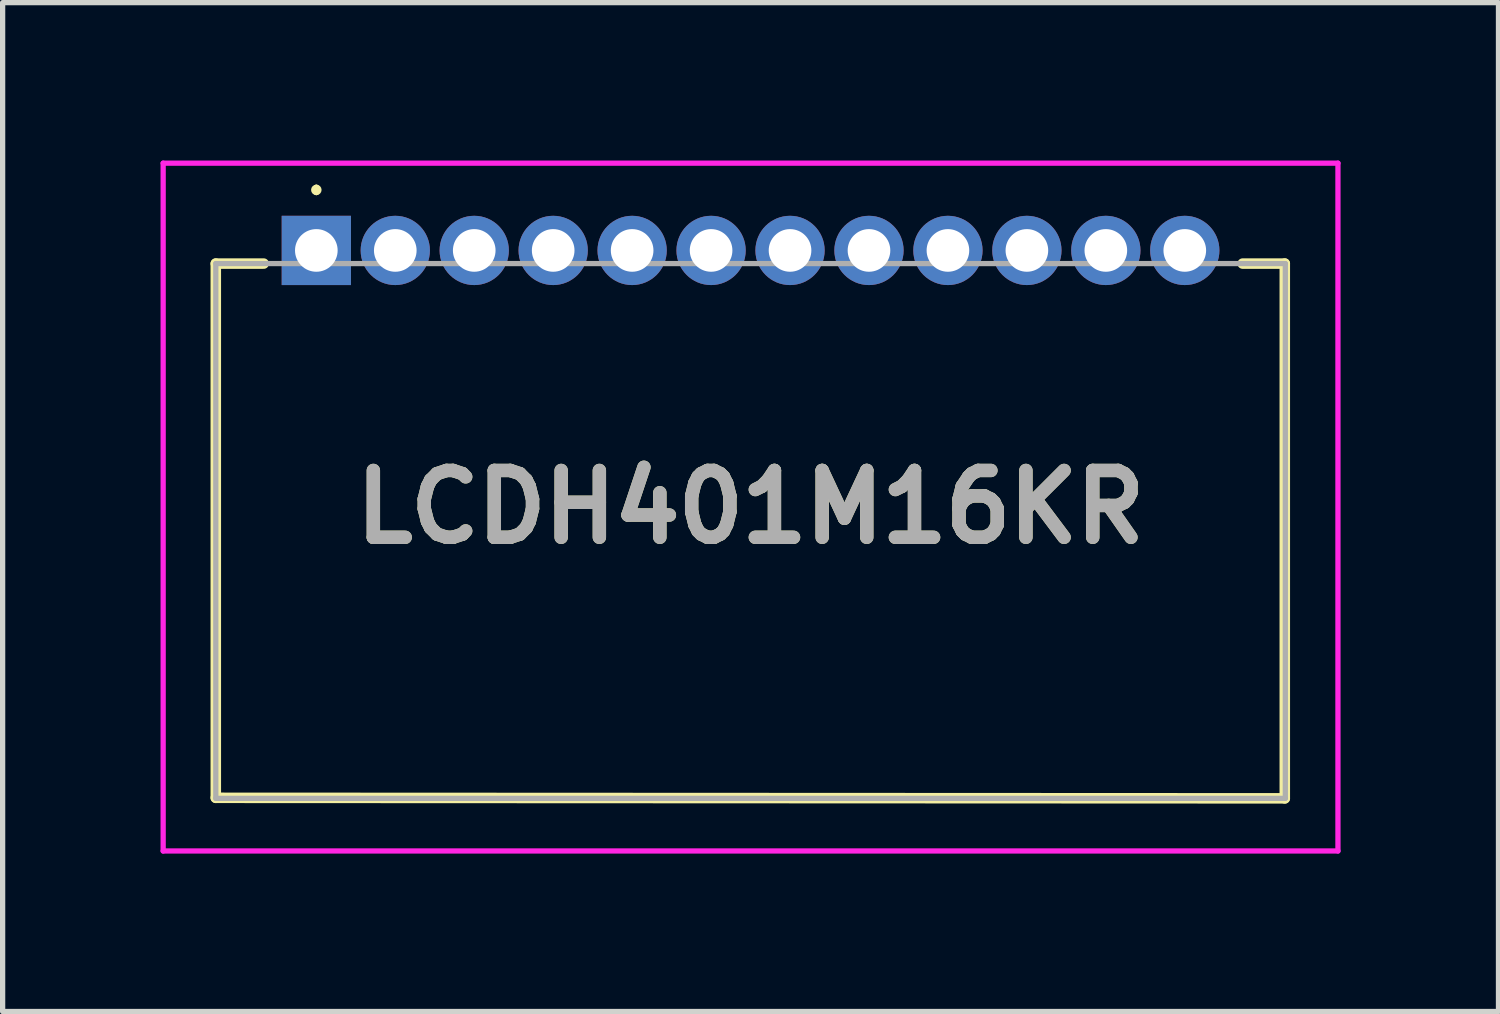
<source format=kicad_pcb>
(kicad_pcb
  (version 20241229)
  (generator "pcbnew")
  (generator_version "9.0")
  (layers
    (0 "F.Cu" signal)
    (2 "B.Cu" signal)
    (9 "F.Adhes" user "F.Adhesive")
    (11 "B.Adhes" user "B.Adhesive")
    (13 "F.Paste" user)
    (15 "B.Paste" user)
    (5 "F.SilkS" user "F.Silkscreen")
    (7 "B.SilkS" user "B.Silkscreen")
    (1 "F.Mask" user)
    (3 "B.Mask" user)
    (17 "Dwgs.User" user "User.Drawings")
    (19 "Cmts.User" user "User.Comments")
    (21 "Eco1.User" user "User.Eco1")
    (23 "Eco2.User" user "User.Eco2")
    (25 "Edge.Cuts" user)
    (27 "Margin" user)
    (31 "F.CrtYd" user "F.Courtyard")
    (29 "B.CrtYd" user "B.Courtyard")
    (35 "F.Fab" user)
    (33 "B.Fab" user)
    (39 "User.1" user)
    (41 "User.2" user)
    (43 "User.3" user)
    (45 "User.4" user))
  (footprint "LCDH401M16KR"
    (layer "F.Cu")
    (at 2.96 1.708)
    (property "Reference" "LCDH401M16KR" (at 8.25 4.876 0) (layer "F.SilkS") (effects (font (size 1.27 1.27) (thickness 0.254))))
    (attr through_hole)
    (fp_line (start -1.91 0.25) (end -1.91 10.4) (stroke (width 0.2) (type solid)) (layer "F.SilkS"))
    (fp_line (start -1.91 10.4) (end 18.4 10.41) (stroke (width 0.2) (type solid)) (layer "F.SilkS"))
    (fp_line (start -1 0.25) (end -1.91 0.25) (stroke (width 0.2) (type solid)) (layer "F.SilkS"))
    (fp_line (start 0 -1.2) (end 0 -1.2) (stroke (width 0.1) (type solid)) (layer "F.SilkS"))
    (fp_line (start 0 -1.1) (end 0 -1.1) (stroke (width 0.1) (type solid)) (layer "F.SilkS"))
    (fp_line (start 18.4 0.25) (end 17.6 0.25) (stroke (width 0.2) (type solid)) (layer "F.SilkS"))
    (fp_line (start 18.4 10.41) (end 18.4 0.25) (stroke (width 0.2) (type solid)) (layer "F.SilkS"))
    (fp_arc (start 0 -1.2) (mid 0.05 -1.15) (end 0 -1.1) (stroke (width 0.1) (type solid)) (layer "F.SilkS"))
    (fp_arc (start 0 -1.1) (mid -0.05 -1.15) (end 0 -1.2) (stroke (width 0.1) (type solid)) (layer "F.SilkS"))
    (fp_line (start -2.91 -1.658) (end 19.41 -1.658) (stroke (width 0.1) (type solid)) (layer "F.CrtYd"))
    (fp_line (start -2.91 11.41) (end -2.91 -1.658) (stroke (width 0.1) (type solid)) (layer "F.CrtYd"))
    (fp_line (start 19.41 -1.658) (end 19.41 11.41) (stroke (width 0.1) (type solid)) (layer "F.CrtYd"))
    (fp_line (start 19.41 11.41) (end -2.91 11.41) (stroke (width 0.1) (type solid)) (layer "F.CrtYd"))
    (fp_line (start -1.91 0.25) (end -1.91 10.41) (stroke (width 0.1) (type solid)) (layer "F.Fab"))
    (fp_line (start -1.91 10.41) (end 18.41 10.41) (stroke (width 0.1) (type solid)) (layer "F.Fab"))
    (fp_line (start 18.41 0.25) (end -1.91 0.25) (stroke (width 0.1) (type solid)) (layer "F.Fab"))
    (fp_line (start 18.41 10.41) (end 18.41 0.25) (stroke (width 0.1) (type solid)) (layer "F.Fab"))
    (fp_text user "${REFERENCE}" (at 8.25 4.876 0) (layer "F.Fab") (effects (font (size 1.27 1.27) (thickness 0.254))))
    (pad "1" thru_hole rect (at 0 0) (size 1.316 1.316) (drill 0.81) (layers "*.Cu" "*.Mask"))
    (pad "2" thru_hole circle (at 1.5 0) (size 1.316 1.316) (drill 0.81) (layers "*.Cu" "*.Mask"))
    (pad "3" thru_hole circle (at 3 0) (size 1.316 1.316) (drill 0.81) (layers "*.Cu" "*.Mask"))
    (pad "4" thru_hole circle (at 4.5 0) (size 1.316 1.316) (drill 0.81) (layers "*.Cu" "*.Mask"))
    (pad "5" thru_hole circle (at 6 0) (size 1.316 1.316) (drill 0.81) (layers "*.Cu" "*.Mask"))
    (pad "6" thru_hole circle (at 7.5 0) (size 1.316 1.316) (drill 0.81) (layers "*.Cu" "*.Mask"))
    (pad "7" thru_hole circle (at 9 0) (size 1.316 1.316) (drill 0.81) (layers "*.Cu" "*.Mask"))
    (pad "8" thru_hole circle (at 10.5 0) (size 1.316 1.316) (drill 0.81) (layers "*.Cu" "*.Mask"))
    (pad "9" thru_hole circle (at 12 0) (size 1.316 1.316) (drill 0.81) (layers "*.Cu" "*.Mask"))
    (pad "10" thru_hole circle (at 13.5 0) (size 1.316 1.316) (drill 0.81) (layers "*.Cu" "*.Mask"))
    (pad "11" thru_hole circle (at 15 0) (size 1.316 1.316) (drill 0.81) (layers "*.Cu" "*.Mask"))
    (pad "12" thru_hole circle (at 16.5 0) (size 1.316 1.316) (drill 0.81) (layers "*.Cu" "*.Mask")))
  (gr_rect
    (start -3 -3)
    (end 25.42 16.168)
    (stroke (width 0.1) (type default))
    (fill no)
    (layer "Edge.Cuts")))
</source>
